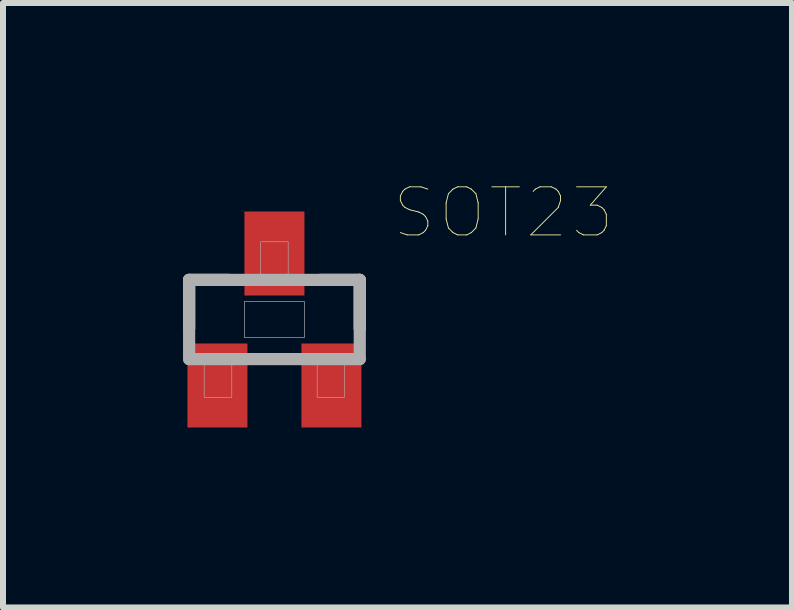
<source format=kicad_pcb>
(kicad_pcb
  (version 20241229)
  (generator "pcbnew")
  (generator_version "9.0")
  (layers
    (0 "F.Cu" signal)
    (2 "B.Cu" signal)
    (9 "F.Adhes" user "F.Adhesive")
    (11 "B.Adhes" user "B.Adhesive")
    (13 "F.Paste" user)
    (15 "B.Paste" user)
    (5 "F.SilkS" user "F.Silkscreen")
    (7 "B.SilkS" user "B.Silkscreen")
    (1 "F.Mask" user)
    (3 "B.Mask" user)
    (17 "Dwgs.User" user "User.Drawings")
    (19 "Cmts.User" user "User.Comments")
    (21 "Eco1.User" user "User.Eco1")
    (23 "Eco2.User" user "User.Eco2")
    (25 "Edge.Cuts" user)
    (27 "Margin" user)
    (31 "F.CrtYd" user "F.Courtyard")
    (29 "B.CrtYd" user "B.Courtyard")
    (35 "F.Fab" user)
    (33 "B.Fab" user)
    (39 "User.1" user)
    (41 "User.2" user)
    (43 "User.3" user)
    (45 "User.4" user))
  (footprint "SOT23"
    (layer "F.Cu")
    (at 1.524 2.275)
    (property "Reference" "SOT23" (at 3.815 -1.78 0) (layer "F.SilkS") (effects (font (size 0.801 0.801) (thickness 0.015))))
    (attr through_hole)
    (fp_line (start -1.422 -0.66) (end -0.764 -0.66) (stroke (width 0.203) (type solid)) (layer "F.SilkS"))
    (fp_line (start -1.422 0.152) (end -1.422 -0.66) (stroke (width 0.203) (type solid)) (layer "F.SilkS"))
    (fp_line (start 0.764 -0.66) (end 1.422 -0.66) (stroke (width 0.203) (type solid)) (layer "F.SilkS"))
    (fp_line (start 1.422 -0.66) (end 1.422 0.152) (stroke (width 0.203) (type solid)) (layer "F.SilkS"))
    (fp_poly (pts (xy -0.501 -0.3) (xy 0.5 -0.3) (xy 0.5 0.3) (xy -0.501 0.3)) (stroke (width 0.01) (type solid)) (fill no) (layer "Dwgs.User"))
    (fp_line (start -1.422 -0.66) (end 1.422 -0.66) (stroke (width 0.203) (type solid)) (layer "F.Fab"))
    (fp_line (start -1.422 0.66) (end -1.422 -0.66) (stroke (width 0.203) (type solid)) (layer "F.Fab"))
    (fp_line (start 1.422 -0.66) (end 1.422 0.66) (stroke (width 0.203) (type solid)) (layer "F.Fab"))
    (fp_line (start 1.422 0.66) (end -1.422 0.66) (stroke (width 0.203) (type solid)) (layer "F.Fab"))
    (fp_poly (pts (xy -1.171 0.711) (xy -0.711 0.711) (xy -0.711 1.298) (xy -1.171 1.298)) (stroke (width 0.01) (type solid)) (fill no) (layer "F.Fab"))
    (fp_poly (pts (xy -0.229 -1.295) (xy 0.229 -1.295) (xy 0.229 -0.712) (xy -0.229 -0.712)) (stroke (width 0.01) (type solid)) (fill no) (layer "F.Fab"))
    (fp_poly (pts (xy 0.712 0.711) (xy 1.168 0.711) (xy 1.168 1.297) (xy 0.712 1.297)) (stroke (width 0.01) (type solid)) (fill no) (layer "F.Fab"))
    (pad "1" smd rect (at -0.95 1.1) (size 1 1.4) (layers "F.Cu" "F.Mask" "F.Paste"))
    (pad "2" smd rect (at 0.95 1.1) (size 1 1.4) (layers "F.Cu" "F.Mask" "F.Paste"))
    (pad "3" smd rect (at 0 -1.1) (size 1 1.4) (layers "F.Cu" "F.Mask" "F.Paste")))
  (gr_rect
    (start -3 -3)
    (end 10.15 7.075)
    (stroke (width 0.1) (type default))
    (fill no)
    (layer "Edge.Cuts")))
</source>
